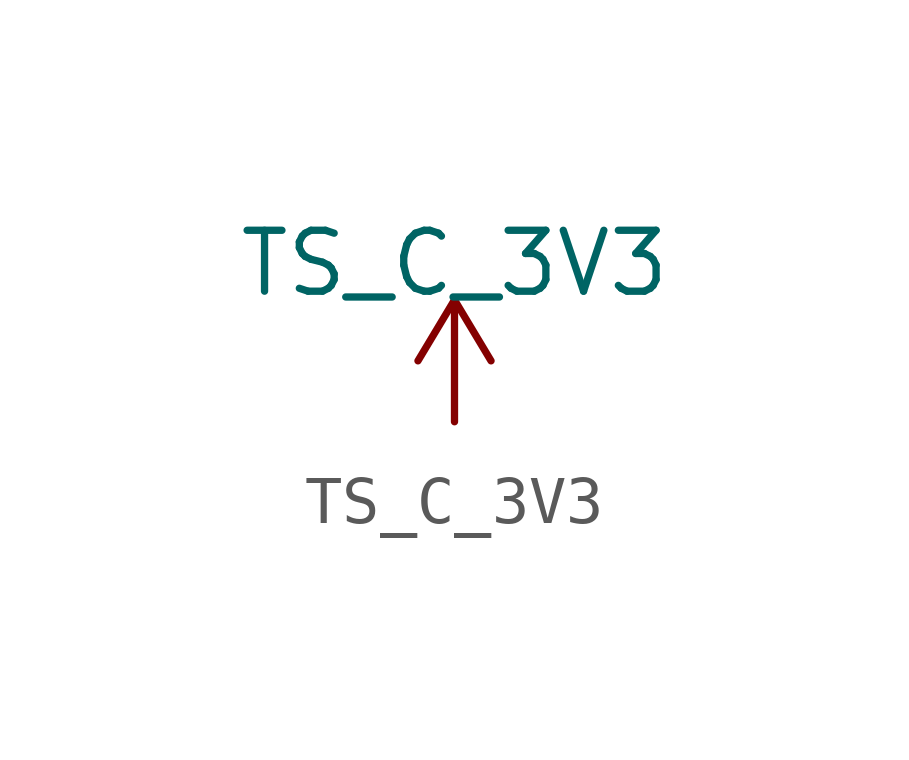
<source format=kicad_sym>
(kicad_symbol_lib
  (version 20231120)
  (generator "kicad_symbol_editor")
  (generator_version "8.0")
  (symbol "TS_C_3V3"
    (power)
    (pin_names
      (offset 0))
    (property "Reference" "#PWR"
      (at 0 -3.81 0)
      (effects (font (size 1.27 1.27)) (hide yes)))
    (property "Value" "TS_C_3V3"
      (at 0 3.302 0)
      (effects (font (size 1.27 1.27))))
    (symbol "TS_C_3V3_0_1"
      (polyline (pts (xy -0.762 1.27) (xy 0 2.54)) (stroke (width 0) (type default)) (fill (type none)))
      (polyline (pts (xy 0 0) (xy 0 2.54)) (stroke (width 0) (type default)) (fill (type none)))
      (polyline (pts (xy 0 2.54) (xy 0.762 1.27)) (stroke (width 0) (type default)) (fill (type none))))
    (symbol "TS_C_3V3_1_1"
      (pin power_in line (at 0 0 90) (length 0) hide (name "TS_C_3V3" (effects (font (size 1.27 1.27)))) (number "1" (effects (font (size 1.27 1.27))))))))
</source>
